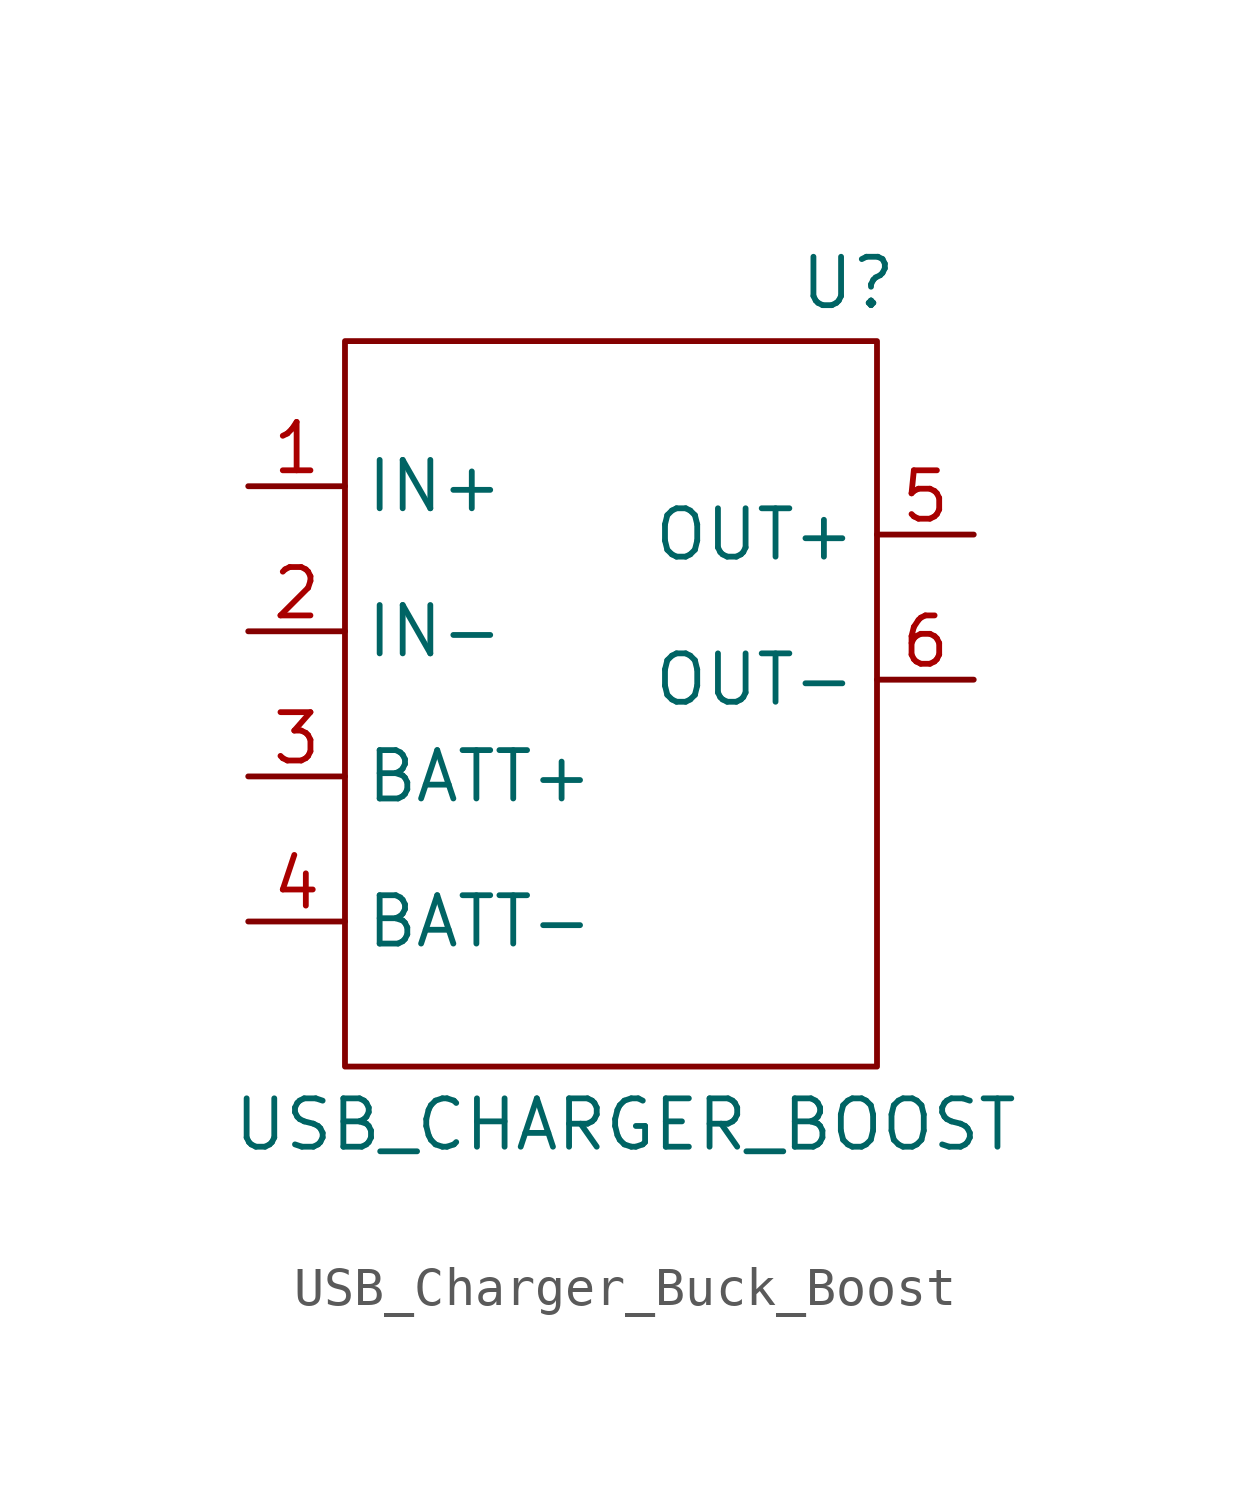
<source format=kicad_sym>
(kicad_symbol_lib
  (version 20231120)
  (generator "kicad_symbol_editor")
  (generator_version "8.0")
  (symbol "USB_Charger_Buck_Boost"
    (property "Reference" "U"
      (at 6.858 10.414 0)
      (effects (font (size 1.27 1.27))))
    (property "Value" "USB_CHARGER_BOOST"
      (at 1.016 -11.684 0)
      (effects (font (size 1.27 1.27))))
    (symbol "USB_Charger_Buck_Boost_0_1"
      (rectangle (start -6.35 8.89) (end 7.62 -10.16) (stroke (width 0) (type default)) (fill (type none))))
    (symbol "USB_Charger_Buck_Boost_1_1"
      (pin power_in line (at -8.89 5.08 0) (length 2.54) (name "IN+" (effects (font (size 1.27 1.27)))) (number "1" (effects (font (size 1.27 1.27)))))
      (pin power_in line (at -8.89 1.27 0) (length 2.54) (name "IN-" (effects (font (size 1.27 1.27)))) (number "2" (effects (font (size 1.27 1.27)))))
      (pin power_in line (at -8.89 -2.54 0) (length 2.54) (name "BATT+" (effects (font (size 1.27 1.27)))) (number "3" (effects (font (size 1.27 1.27)))))
      (pin power_in line (at -8.89 -6.35 0) (length 2.54) (name "BATT-" (effects (font (size 1.27 1.27)))) (number "4" (effects (font (size 1.27 1.27)))))
      (pin power_out line (at 10.16 3.81 180) (length 2.54) (name "OUT+" (effects (font (size 1.27 1.27)))) (number "5" (effects (font (size 1.27 1.27)))))
      (pin power_out line (at 10.16 0 180) (length 2.54) (name "OUT-" (effects (font (size 1.27 1.27)))) (number "6" (effects (font (size 1.27 1.27))))))))
</source>
